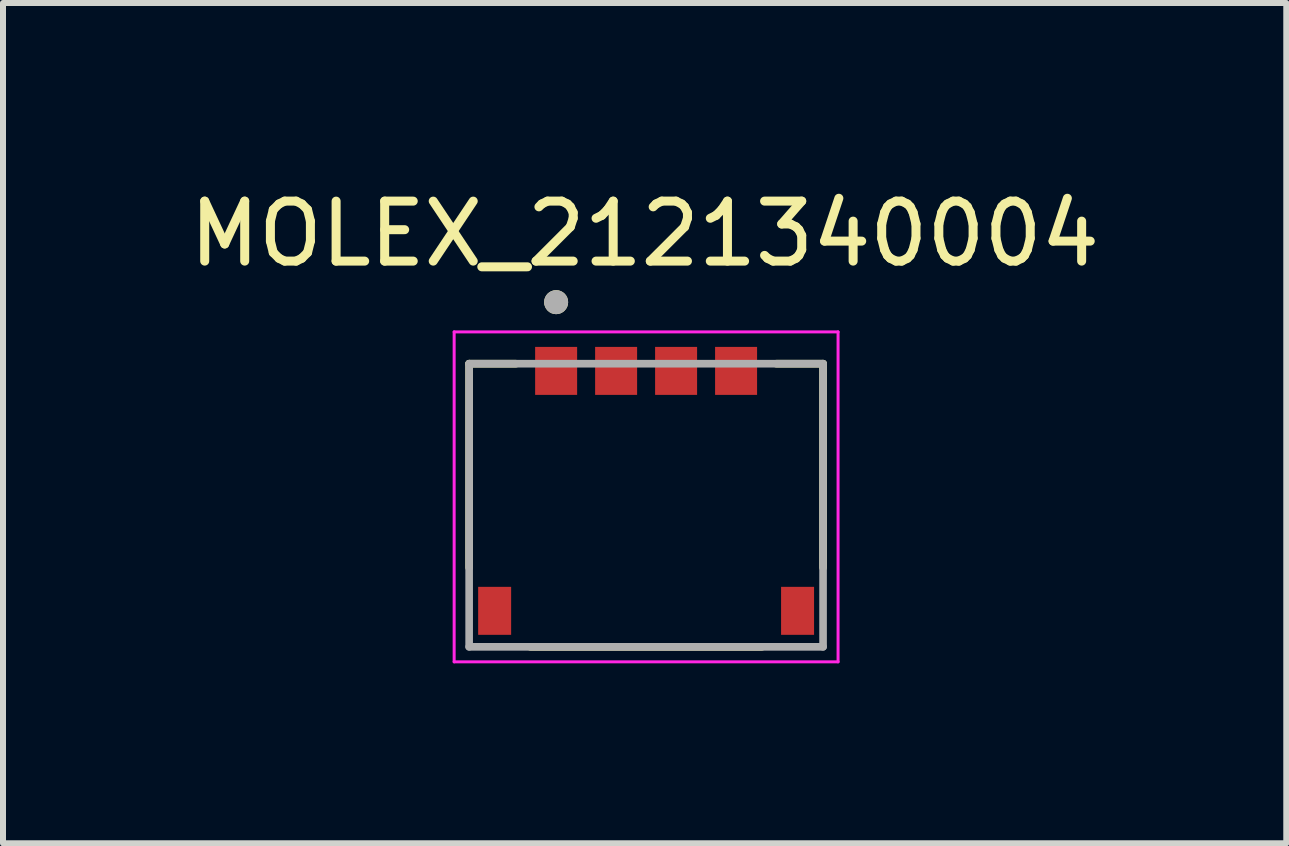
<source format=kicad_pcb>
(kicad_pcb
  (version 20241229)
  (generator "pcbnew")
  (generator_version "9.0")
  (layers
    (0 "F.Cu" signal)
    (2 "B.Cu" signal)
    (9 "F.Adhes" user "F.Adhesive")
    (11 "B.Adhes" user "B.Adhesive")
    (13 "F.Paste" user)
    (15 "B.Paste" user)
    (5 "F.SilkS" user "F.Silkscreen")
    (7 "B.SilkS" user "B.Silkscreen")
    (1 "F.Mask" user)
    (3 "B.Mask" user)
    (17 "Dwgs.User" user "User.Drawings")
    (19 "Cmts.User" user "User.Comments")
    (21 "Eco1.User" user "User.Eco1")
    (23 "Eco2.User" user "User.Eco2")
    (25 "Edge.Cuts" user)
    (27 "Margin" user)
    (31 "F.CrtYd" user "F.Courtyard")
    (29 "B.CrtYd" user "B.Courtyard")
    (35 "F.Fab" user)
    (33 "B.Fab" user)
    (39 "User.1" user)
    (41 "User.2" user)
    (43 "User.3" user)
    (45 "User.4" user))
  (footprint "MOLEX_2121340004"
    (layer "F.Cu")
    (at 7.721 3.448)
    (property "Reference" "MOLEX_2121340004" (at -0.025 -2.6 0) (layer "F.SilkS") (effects (font (size 1 1) (thickness 0.15))))
    (attr smd)
    (fp_line (start -2.95 -0.435) (end -2.17 -0.435) (stroke (width 0.127) (type solid)) (layer "F.SilkS"))
    (fp_line (start -2.95 2.965) (end -2.95 -0.435) (stroke (width 0.127) (type solid)) (layer "F.SilkS"))
    (fp_line (start -1.93 4.285) (end 1.93 4.285) (stroke (width 0.127) (type solid)) (layer "F.SilkS"))
    (fp_line (start 2.17 -0.435) (end 2.95 -0.435) (stroke (width 0.127) (type solid)) (layer "F.SilkS"))
    (fp_line (start 2.95 -0.435) (end 2.95 2.965) (stroke (width 0.127) (type solid)) (layer "F.SilkS"))
    (fp_circle (center -1.5 -1.461) (end -1.4 -1.461) (stroke (width 0.2) (type solid)) (fill no) (layer "F.SilkS"))
    (fp_line (start -3.2 -0.965) (end -3.2 4.535) (stroke (width 0.05) (type solid)) (layer "F.CrtYd"))
    (fp_line (start -3.2 4.535) (end 3.2 4.535) (stroke (width 0.05) (type solid)) (layer "F.CrtYd"))
    (fp_line (start 3.2 -0.965) (end -3.2 -0.965) (stroke (width 0.05) (type solid)) (layer "F.CrtYd"))
    (fp_line (start 3.2 4.535) (end 3.2 -0.965) (stroke (width 0.05) (type solid)) (layer "F.CrtYd"))
    (fp_line (start -2.95 -0.435) (end 2.95 -0.435) (stroke (width 0.127) (type solid)) (layer "F.Fab"))
    (fp_line (start -2.95 4.285) (end -2.95 -0.435) (stroke (width 0.127) (type solid)) (layer "F.Fab"))
    (fp_line (start 2.95 -0.435) (end 2.95 4.285) (stroke (width 0.127) (type solid)) (layer "F.Fab"))
    (fp_line (start 2.95 4.285) (end -2.95 4.285) (stroke (width 0.127) (type solid)) (layer "F.Fab"))
    (fp_circle (center -1.5 -1.461) (end -1.4 -1.461) (stroke (width 0.2) (type solid)) (fill no) (layer "F.Fab"))
    (pad "1" smd rect (at -1.5 -0.315) (size 0.7 0.8) (layers "F.Cu" "F.Mask" "F.Paste"))
    (pad "2" smd rect (at -0.5 -0.315) (size 0.7 0.8) (layers "F.Cu" "F.Mask" "F.Paste"))
    (pad "3" smd rect (at 0.5 -0.315) (size 0.7 0.8) (layers "F.Cu" "F.Mask" "F.Paste"))
    (pad "4" smd rect (at 1.5 -0.315) (size 0.7 0.8) (layers "F.Cu" "F.Mask" "F.Paste"))
    (pad "S1" smd rect (at -2.525 3.685) (size 0.55 0.8) (layers "F.Cu" "F.Mask" "F.Paste"))
    (pad "S2" smd rect (at 2.525 3.685) (size 0.55 0.8) (layers "F.Cu" "F.Mask" "F.Paste"))
    (zone (net_name "") (layer "F.Cu") (hatch full 0.508) (connect_pads) (min_thickness 0.01) (filled_areas_thickness no) (keepout (tracks not_allowed) (vias not_allowed) (pads not_allowed) (copperpour not_allowed) (footprints allowed)) (placement (enabled no)) (fill) (polygon (pts (xy 4.771 3.533) (xy 4.771 6.733) (xy 5.471 6.733) (xy 5.471 7.733) (xy 9.971 7.733) (xy 9.971 6.733) (xy 10.671 6.733) (xy 10.671 3.533)))))
  (gr_rect
    (start -3 -3)
    (end 18.393 11.008)
    (stroke (width 0.1) (type default))
    (fill no)
    (layer "Edge.Cuts")))
</source>
